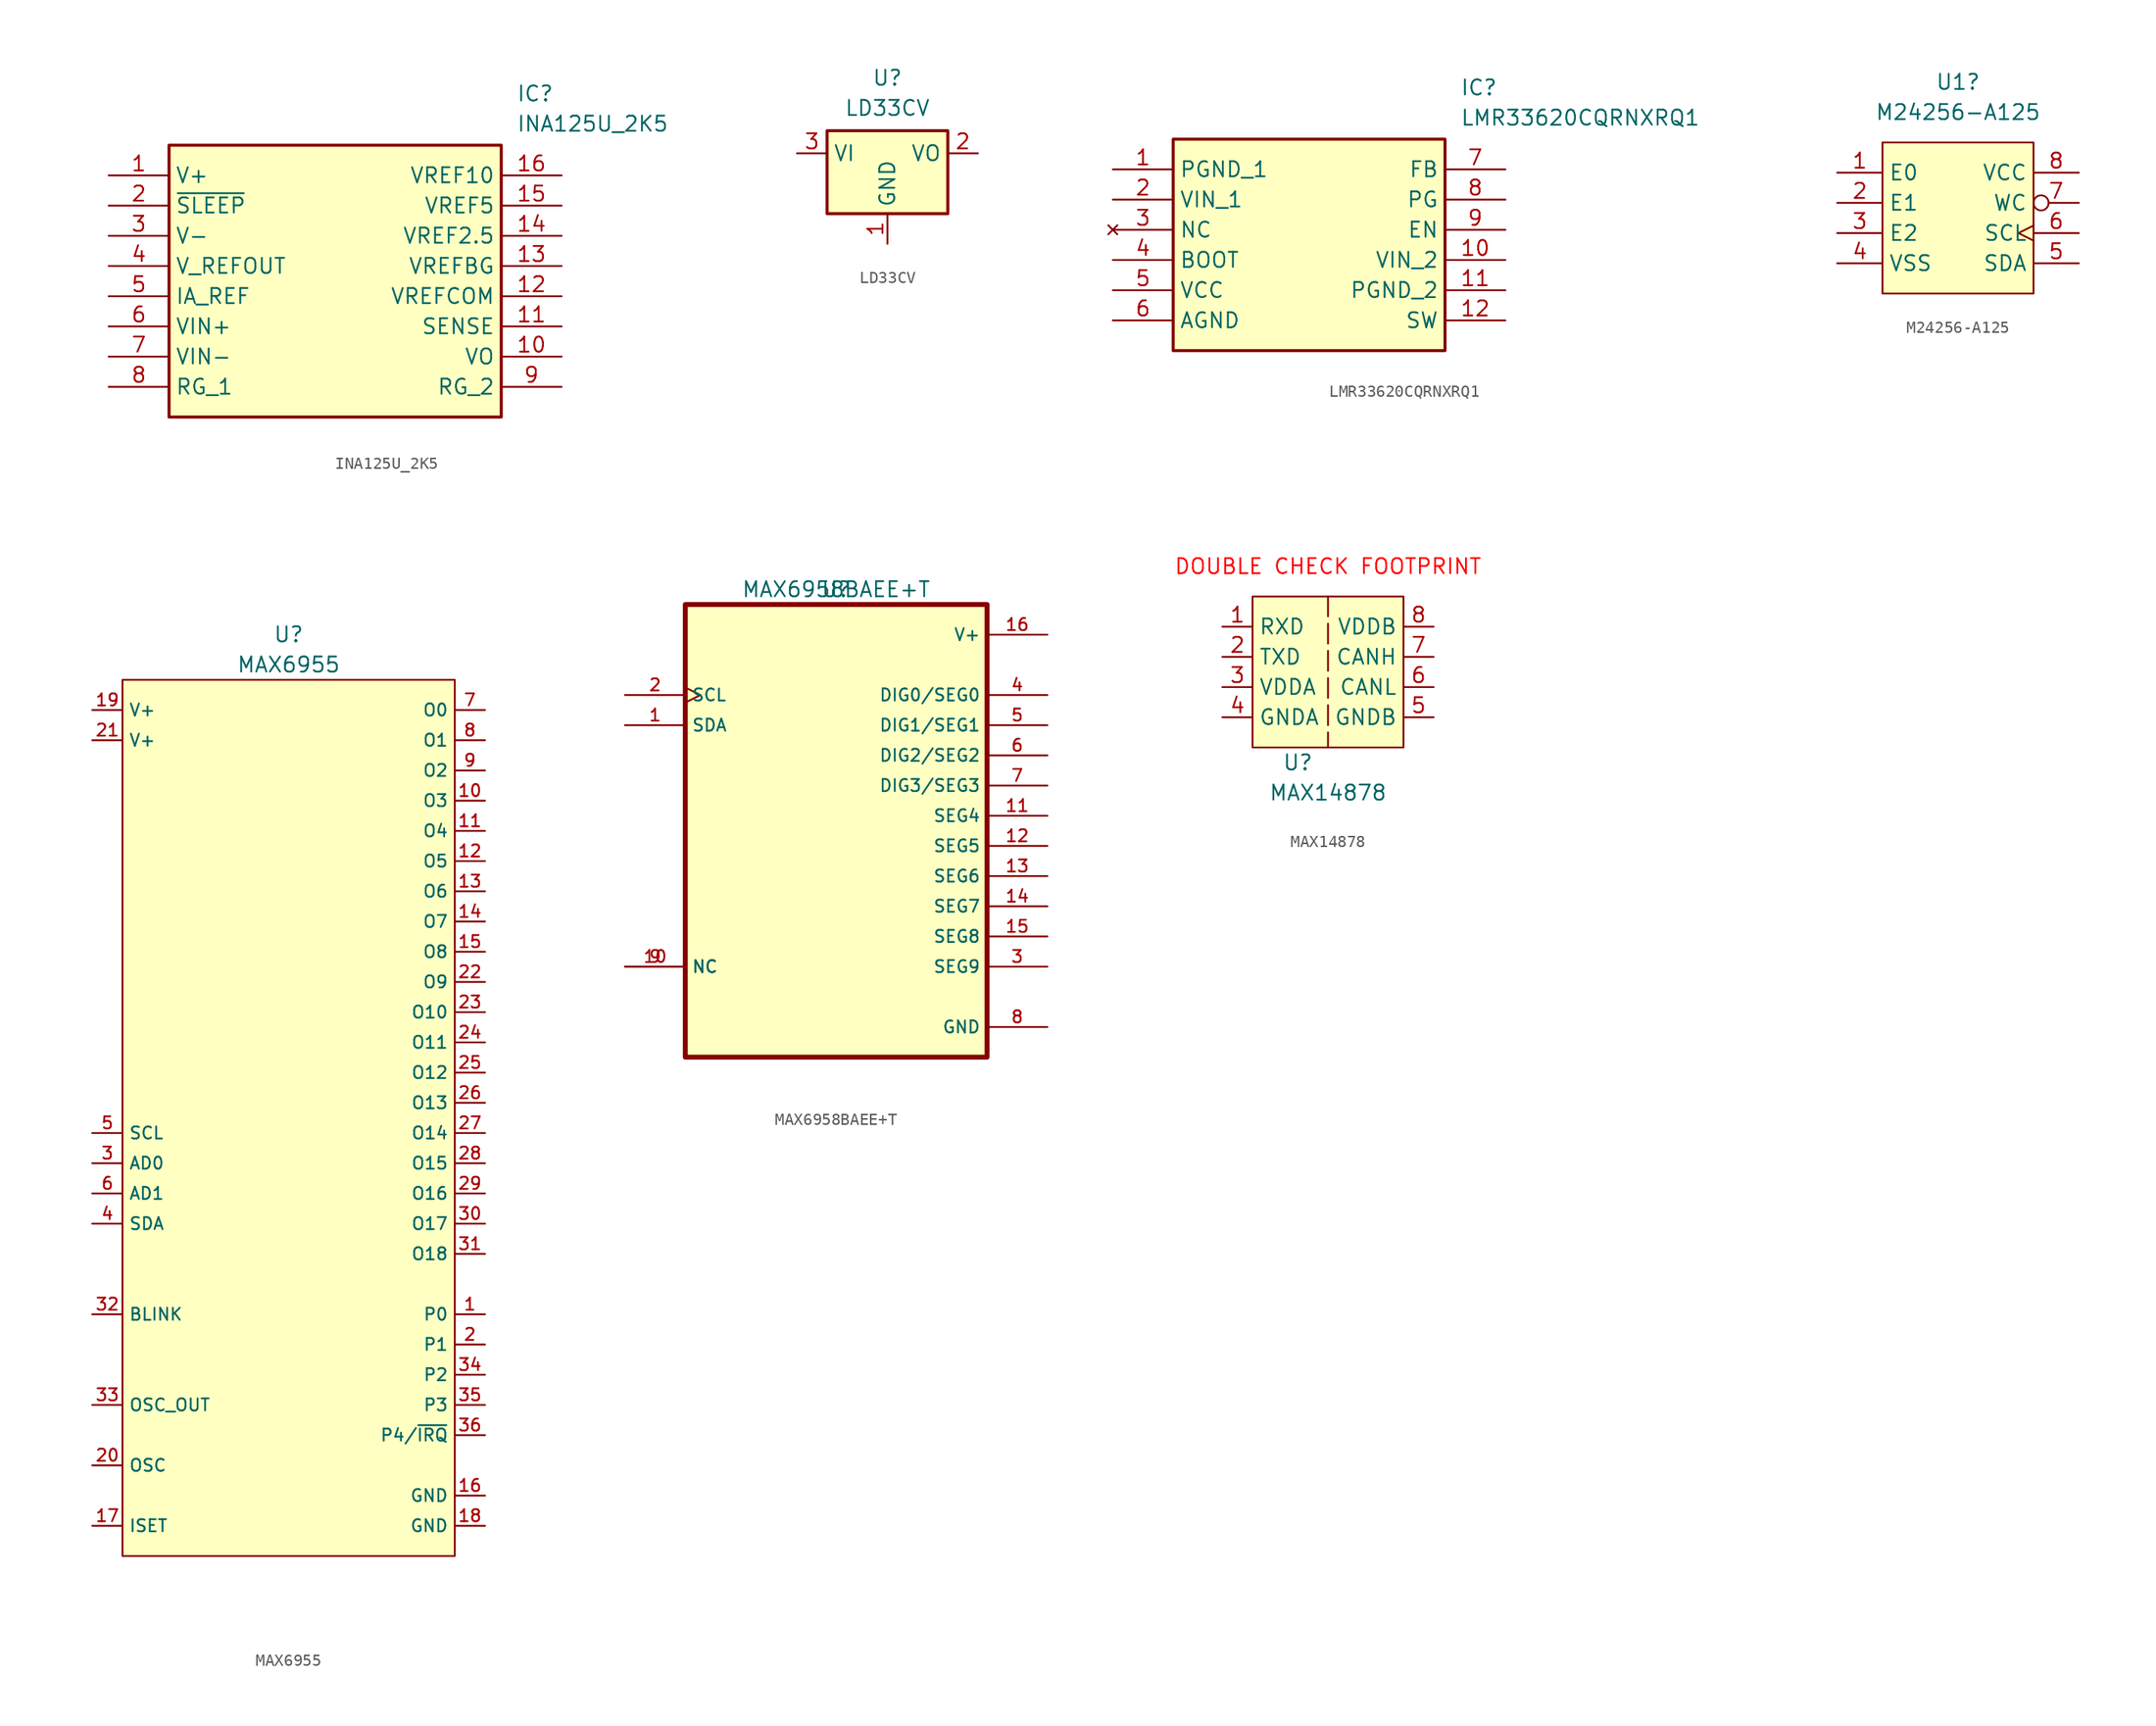
<source format=kicad_sym>
(kicad_symbol_lib
  (version 20231120)
  (generator "kicad_symbol_editor")
  (generator_version "8.0")
  (symbol "INA125U_2K5"
    (property "Reference" "IC"
      (at 34.29 7.62 0)
      (effects (font (size 1.27 1.27)) (justify left top)))
    (property "Value" "INA125U_2K5"
      (at 34.29 5.08 0)
      (effects (font (size 1.27 1.27)) (justify left top)))
    (symbol "INA125U_2K5_1_1"
      (rectangle (start 5.08 2.54) (end 33.02 -20.32) (stroke (width 0.254) (type default)) (fill (type background)))
      (pin passive line (at 0 0 0) (length 5.08) (name "V+" (effects (font (size 1.27 1.27)))) (number "1" (effects (font (size 1.27 1.27)))))
      (pin passive line (at 38.1 -15.24 180) (length 5.08) (name "VO" (effects (font (size 1.27 1.27)))) (number "10" (effects (font (size 1.27 1.27)))))
      (pin passive line (at 38.1 -12.7 180) (length 5.08) (name "SENSE" (effects (font (size 1.27 1.27)))) (number "11" (effects (font (size 1.27 1.27)))))
      (pin passive line (at 38.1 -10.16 180) (length 5.08) (name "VREFCOM" (effects (font (size 1.27 1.27)))) (number "12" (effects (font (size 1.27 1.27)))))
      (pin passive line (at 38.1 -7.62 180) (length 5.08) (name "VREFBG" (effects (font (size 1.27 1.27)))) (number "13" (effects (font (size 1.27 1.27)))))
      (pin passive line (at 38.1 -5.08 180) (length 5.08) (name "VREF2.5" (effects (font (size 1.27 1.27)))) (number "14" (effects (font (size 1.27 1.27)))))
      (pin passive line (at 38.1 -2.54 180) (length 5.08) (name "VREF5" (effects (font (size 1.27 1.27)))) (number "15" (effects (font (size 1.27 1.27)))))
      (pin passive line (at 38.1 0 180) (length 5.08) (name "VREF10" (effects (font (size 1.27 1.27)))) (number "16" (effects (font (size 1.27 1.27)))))
      (pin passive line (at 0 -2.54 0) (length 5.08) (name "~{SLEEP}" (effects (font (size 1.27 1.27)))) (number "2" (effects (font (size 1.27 1.27)))))
      (pin passive line (at 0 -5.08 0) (length 5.08) (name "V-" (effects (font (size 1.27 1.27)))) (number "3" (effects (font (size 1.27 1.27)))))
      (pin passive line (at 0 -7.62 0) (length 5.08) (name "V_REFOUT" (effects (font (size 1.27 1.27)))) (number "4" (effects (font (size 1.27 1.27)))))
      (pin passive line (at 0 -10.16 0) (length 5.08) (name "IA_REF" (effects (font (size 1.27 1.27)))) (number "5" (effects (font (size 1.27 1.27)))))
      (pin passive line (at 0 -12.7 0) (length 5.08) (name "VIN+" (effects (font (size 1.27 1.27)))) (number "6" (effects (font (size 1.27 1.27)))))
      (pin passive line (at 0 -15.24 0) (length 5.08) (name "VIN-" (effects (font (size 1.27 1.27)))) (number "7" (effects (font (size 1.27 1.27)))))
      (pin passive line (at 0 -17.78 0) (length 5.08) (name "RG_1" (effects (font (size 1.27 1.27)))) (number "8" (effects (font (size 1.27 1.27)))))
      (pin passive line (at 38.1 -17.78 180) (length 5.08) (name "RG_2" (effects (font (size 1.27 1.27)))) (number "9" (effects (font (size 1.27 1.27)))))))
  (symbol "LD33CV"
    (property "Reference" "U"
      (at 0 2.54 0)
      (effects (font (size 1.27 1.27))))
    (property "Value" "LD33CV"
      (at 0 0 0)
      (effects (font (size 1.27 1.27))))
    (symbol "LD33CV_0_1"
      (rectangle (start -5.08 -1.905) (end 5.08 -8.89) (stroke (width 0.254) (type default)) (fill (type background))))
    (symbol "LD33CV_1_1"
      (pin power_in line (at 0 -11.43 90) (length 2.54) (name "GND" (effects (font (size 1.27 1.27)))) (number "1" (effects (font (size 1.27 1.27)))))
      (pin power_out line (at 7.62 -3.81 180) (length 2.54) (name "VO" (effects (font (size 1.27 1.27)))) (number "2" (effects (font (size 1.27 1.27)))))
      (pin power_in line (at -7.62 -3.81 0) (length 2.54) (name "VI" (effects (font (size 1.27 1.27)))) (number "3" (effects (font (size 1.27 1.27)))))))
  (symbol "LMR33620CQRNXRQ1"
    (property "Reference" "IC"
      (at 29.21 7.62 0)
      (effects (font (size 1.27 1.27)) (justify left top)))
    (property "Value" "LMR33620CQRNXRQ1"
      (at 29.21 5.08 0)
      (effects (font (size 1.27 1.27)) (justify left top)))
    (symbol "LMR33620CQRNXRQ1_1_1"
      (rectangle (start 5.08 2.54) (end 27.94 -15.24) (stroke (width 0.254) (type default)) (fill (type background)))
      (pin passive line (at 0 0 0) (length 5.08) (name "PGND_1" (effects (font (size 1.27 1.27)))) (number "1" (effects (font (size 1.27 1.27)))))
      (pin passive line (at 33.02 -7.62 180) (length 5.08) (name "VIN_2" (effects (font (size 1.27 1.27)))) (number "10" (effects (font (size 1.27 1.27)))))
      (pin passive line (at 33.02 -10.16 180) (length 5.08) (name "PGND_2" (effects (font (size 1.27 1.27)))) (number "11" (effects (font (size 1.27 1.27)))))
      (pin passive line (at 33.02 -12.7 180) (length 5.08) (name "SW" (effects (font (size 1.27 1.27)))) (number "12" (effects (font (size 1.27 1.27)))))
      (pin passive line (at 0 -2.54 0) (length 5.08) (name "VIN_1" (effects (font (size 1.27 1.27)))) (number "2" (effects (font (size 1.27 1.27)))))
      (pin no_connect line (at 0 -5.08 0) (length 5.08) (name "NC" (effects (font (size 1.27 1.27)))) (number "3" (effects (font (size 1.27 1.27)))))
      (pin passive line (at 0 -7.62 0) (length 5.08) (name "BOOT" (effects (font (size 1.27 1.27)))) (number "4" (effects (font (size 1.27 1.27)))))
      (pin passive line (at 0 -10.16 0) (length 5.08) (name "VCC" (effects (font (size 1.27 1.27)))) (number "5" (effects (font (size 1.27 1.27)))))
      (pin passive line (at 0 -12.7 0) (length 5.08) (name "AGND" (effects (font (size 1.27 1.27)))) (number "6" (effects (font (size 1.27 1.27)))))
      (pin passive line (at 33.02 0 180) (length 5.08) (name "FB" (effects (font (size 1.27 1.27)))) (number "7" (effects (font (size 1.27 1.27)))))
      (pin passive line (at 33.02 -2.54 180) (length 5.08) (name "PG" (effects (font (size 1.27 1.27)))) (number "8" (effects (font (size 1.27 1.27)))))
      (pin passive line (at 33.02 -5.08 180) (length 5.08) (name "EN" (effects (font (size 1.27 1.27)))) (number "9" (effects (font (size 1.27 1.27)))))))
  (symbol "M24256-A125"
    (property "Reference" "U1"
      (at 0 10.16 0)
      (effects (font (size 1.27 1.27))))
    (property "Value" "M24256-A125"
      (at 0 7.62 0)
      (effects (font (size 1.27 1.27))))
    (symbol "M24256-A125_0_1"
      (rectangle (start -6.35 5.08) (end 6.35 -7.62) (stroke (width 0) (type default)) (fill (type background))))
    (symbol "M24256-A125_1_1"
      (pin input line (at -10.16 2.54 0) (length 3.81) (name "E0" (effects (font (size 1.27 1.27)))) (number "1" (effects (font (size 1.27 1.27)))))
      (pin input line (at -10.16 0 0) (length 3.81) (name "E1" (effects (font (size 1.27 1.27)))) (number "2" (effects (font (size 1.27 1.27)))))
      (pin input line (at -10.16 -2.54 0) (length 3.81) (name "E2" (effects (font (size 1.27 1.27)))) (number "3" (effects (font (size 1.27 1.27)))))
      (pin power_in line (at -10.16 -5.08 0) (length 3.81) (name "VSS" (effects (font (size 1.27 1.27)))) (number "4" (effects (font (size 1.27 1.27)))))
      (pin bidirectional line (at 10.16 -5.08 180) (length 3.81) (name "SDA" (effects (font (size 1.27 1.27)))) (number "5" (effects (font (size 1.27 1.27)))))
      (pin input clock (at 10.16 -2.54 180) (length 3.81) (name "SCL" (effects (font (size 1.27 1.27)))) (number "6" (effects (font (size 1.27 1.27)))))
      (pin input inverted (at 10.16 0 180) (length 3.81) (name "WC" (effects (font (size 1.27 1.27)))) (number "7" (effects (font (size 1.27 1.27)))))
      (pin power_in line (at 10.16 2.54 180) (length 3.81) (name "VCC" (effects (font (size 1.27 1.27)))) (number "8" (effects (font (size 1.27 1.27)))))))
  (symbol "MAX6955"
    (property "Reference" "U"
      (at 2.54 53.34 0)
      (effects (font (size 1.27 1.27))))
    (property "Value" "MAX6955"
      (at 2.54 50.8 0)
      (effects (font (size 1.27 1.27))))
    (symbol "MAX6955_1_1"
      (rectangle (start -11.43 49.53) (end 16.51 -24.13) (stroke (width 0) (type default)) (fill (type background)))
      (pin bidirectional line (at 19.05 -3.81 180) (length 2.54) (name "P0" (effects (font (size 1.016 1.016)))) (number "1" (effects (font (size 1.016 1.016)))))
      (pin output line (at 19.05 39.37 180) (length 2.54) (name "O3" (effects (font (size 1.016 1.016)))) (number "10" (effects (font (size 1.016 1.016)))))
      (pin output line (at 19.05 36.83 180) (length 2.54) (name "O4" (effects (font (size 1.016 1.016)))) (number "11" (effects (font (size 1.016 1.016)))))
      (pin output line (at 19.05 34.29 180) (length 2.54) (name "O5" (effects (font (size 1.016 1.016)))) (number "12" (effects (font (size 1.016 1.016)))))
      (pin output line (at 19.05 31.75 180) (length 2.54) (name "O6" (effects (font (size 1.016 1.016)))) (number "13" (effects (font (size 1.016 1.016)))))
      (pin output line (at 19.05 29.21 180) (length 2.54) (name "O7" (effects (font (size 1.016 1.016)))) (number "14" (effects (font (size 1.016 1.016)))))
      (pin output line (at 19.05 26.67 180) (length 2.54) (name "O8" (effects (font (size 1.016 1.016)))) (number "15" (effects (font (size 1.016 1.016)))))
      (pin power_in line (at 19.05 -19.05 180) (length 2.54) (name "GND" (effects (font (size 1.016 1.016)))) (number "16" (effects (font (size 1.016 1.016)))))
      (pin unspecified line (at -13.97 -21.59 0) (length 2.54) (name "ISET" (effects (font (size 1.016 1.016)))) (number "17" (effects (font (size 1.016 1.016)))))
      (pin power_in line (at 19.05 -21.59 180) (length 2.54) (name "GND" (effects (font (size 1.016 1.016)))) (number "18" (effects (font (size 1.016 1.016)))))
      (pin power_in line (at -13.97 46.99 0) (length 2.54) (name "V+" (effects (font (size 1.016 1.016)))) (number "19" (effects (font (size 1.016 1.016)))))
      (pin bidirectional line (at 19.05 -6.35 180) (length 2.54) (name "P1" (effects (font (size 1.016 1.016)))) (number "2" (effects (font (size 1.016 1.016)))))
      (pin unspecified line (at -13.97 -16.51 0) (length 2.54) (name "OSC" (effects (font (size 1.016 1.016)))) (number "20" (effects (font (size 1.016 1.016)))))
      (pin power_in line (at -13.97 44.45 0) (length 2.54) (name "V+" (effects (font (size 1.016 1.016)))) (number "21" (effects (font (size 1.016 1.016)))))
      (pin output line (at 19.05 24.13 180) (length 2.54) (name "O9" (effects (font (size 1.016 1.016)))) (number "22" (effects (font (size 1.016 1.016)))))
      (pin output line (at 19.05 21.59 180) (length 2.54) (name "O10" (effects (font (size 1.016 1.016)))) (number "23" (effects (font (size 1.016 1.016)))))
      (pin output line (at 19.05 19.05 180) (length 2.54) (name "O11" (effects (font (size 1.016 1.016)))) (number "24" (effects (font (size 1.016 1.016)))))
      (pin output line (at 19.05 16.51 180) (length 2.54) (name "O12" (effects (font (size 1.016 1.016)))) (number "25" (effects (font (size 1.016 1.016)))))
      (pin output line (at 19.05 13.97 180) (length 2.54) (name "O13" (effects (font (size 1.016 1.016)))) (number "26" (effects (font (size 1.016 1.016)))))
      (pin output line (at 19.05 11.43 180) (length 2.54) (name "O14" (effects (font (size 1.016 1.016)))) (number "27" (effects (font (size 1.016 1.016)))))
      (pin output line (at 19.05 8.89 180) (length 2.54) (name "O15" (effects (font (size 1.016 1.016)))) (number "28" (effects (font (size 1.016 1.016)))))
      (pin output line (at 19.05 6.35 180) (length 2.54) (name "O16" (effects (font (size 1.016 1.016)))) (number "29" (effects (font (size 1.016 1.016)))))
      (pin input line (at -13.97 8.89 0) (length 2.54) (name "AD0" (effects (font (size 1.016 1.016)))) (number "3" (effects (font (size 1.016 1.016)))))
      (pin output line (at 19.05 3.81 180) (length 2.54) (name "O17" (effects (font (size 1.016 1.016)))) (number "30" (effects (font (size 1.016 1.016)))))
      (pin output line (at 19.05 1.27 180) (length 2.54) (name "O18" (effects (font (size 1.016 1.016)))) (number "31" (effects (font (size 1.016 1.016)))))
      (pin output line (at -13.97 -3.81 0) (length 2.54) (name "BLINK" (effects (font (size 1.016 1.016)))) (number "32" (effects (font (size 1.016 1.016)))))
      (pin output line (at -13.97 -11.43 0) (length 2.54) (name "OSC_OUT" (effects (font (size 1.016 1.016)))) (number "33" (effects (font (size 1.016 1.016)))))
      (pin bidirectional line (at 19.05 -8.89 180) (length 2.54) (name "P2" (effects (font (size 1.016 1.016)))) (number "34" (effects (font (size 1.016 1.016)))))
      (pin bidirectional line (at 19.05 -11.43 180) (length 2.54) (name "P3" (effects (font (size 1.016 1.016)))) (number "35" (effects (font (size 1.016 1.016)))))
      (pin bidirectional line (at 19.05 -13.97 180) (length 2.54) (name "P4/~{IRQ}" (effects (font (size 1.016 1.016)))) (number "36" (effects (font (size 1.016 1.016)))))
      (pin bidirectional line (at -13.97 3.81 0) (length 2.54) (name "SDA" (effects (font (size 1.016 1.016)))) (number "4" (effects (font (size 1.016 1.016)))))
      (pin input line (at -13.97 11.43 0) (length 2.54) (name "SCL" (effects (font (size 1.016 1.016)))) (number "5" (effects (font (size 1.016 1.016)))))
      (pin input line (at -13.97 6.35 0) (length 2.54) (name "AD1" (effects (font (size 1.016 1.016)))) (number "6" (effects (font (size 1.016 1.016)))))
      (pin output line (at 19.05 46.99 180) (length 2.54) (name "O0" (effects (font (size 1.016 1.016)))) (number "7" (effects (font (size 1.016 1.016)))))
      (pin output line (at 19.05 44.45 180) (length 2.54) (name "O1" (effects (font (size 1.016 1.016)))) (number "8" (effects (font (size 1.016 1.016)))))
      (pin output line (at 19.05 41.91 180) (length 2.54) (name "O2" (effects (font (size 1.016 1.016)))) (number "9" (effects (font (size 1.016 1.016)))))))
  (symbol "MAX6958BAEE+T"
    (property "Reference" "U"
      (at 0 0 0)
      (effects (font (size 1.27 1.27))))
    (property "Value" "MAX6958BAEE+T"
      (at 0 0 0)
      (effects (font (size 1.27 1.27))))
    (symbol "MAX6958BAEE+T_0_0"
      (rectangle (start -12.7 -39.37) (end 12.7 -1.27) (stroke (width 0.41) (type default)) (fill (type background)))
      (pin bidirectional line (at -17.78 -11.43 0) (length 5.08) (name "SDA" (effects (font (size 1.016 1.016)))) (number "1" (effects (font (size 1.016 1.016)))))
      (pin passive line (at -17.78 -31.75 0) (length 5.08) (name "NC" (effects (font (size 1.016 1.016)))) (number "10" (effects (font (size 1.016 1.016)))))
      (pin output line (at 17.78 -19.05 180) (length 5.08) (name "SEG4" (effects (font (size 1.016 1.016)))) (number "11" (effects (font (size 1.016 1.016)))))
      (pin output line (at 17.78 -21.59 180) (length 5.08) (name "SEG5" (effects (font (size 1.016 1.016)))) (number "12" (effects (font (size 1.016 1.016)))))
      (pin output line (at 17.78 -24.13 180) (length 5.08) (name "SEG6" (effects (font (size 1.016 1.016)))) (number "13" (effects (font (size 1.016 1.016)))))
      (pin output line (at 17.78 -26.67 180) (length 5.08) (name "SEG7" (effects (font (size 1.016 1.016)))) (number "14" (effects (font (size 1.016 1.016)))))
      (pin output line (at 17.78 -29.21 180) (length 5.08) (name "SEG8" (effects (font (size 1.016 1.016)))) (number "15" (effects (font (size 1.016 1.016)))))
      (pin power_in line (at 17.78 -3.81 180) (length 5.08) (name "V+" (effects (font (size 1.016 1.016)))) (number "16" (effects (font (size 1.016 1.016)))))
      (pin input clock (at -17.78 -8.89 0) (length 5.08) (name "SCL" (effects (font (size 1.016 1.016)))) (number "2" (effects (font (size 1.016 1.016)))))
      (pin output line (at 17.78 -31.75 180) (length 5.08) (name "SEG9" (effects (font (size 1.016 1.016)))) (number "3" (effects (font (size 1.016 1.016)))))
      (pin output line (at 17.78 -8.89 180) (length 5.08) (name "DIG0/SEG0" (effects (font (size 1.016 1.016)))) (number "4" (effects (font (size 1.016 1.016)))))
      (pin output line (at 17.78 -11.43 180) (length 5.08) (name "DIG1/SEG1" (effects (font (size 1.016 1.016)))) (number "5" (effects (font (size 1.016 1.016)))))
      (pin output line (at 17.78 -13.97 180) (length 5.08) (name "DIG2/SEG2" (effects (font (size 1.016 1.016)))) (number "6" (effects (font (size 1.016 1.016)))))
      (pin output line (at 17.78 -16.51 180) (length 5.08) (name "DIG3/SEG3" (effects (font (size 1.016 1.016)))) (number "7" (effects (font (size 1.016 1.016)))))
      (pin power_in line (at 17.78 -36.83 180) (length 5.08) (name "GND" (effects (font (size 1.016 1.016)))) (number "8" (effects (font (size 1.016 1.016)))))
      (pin passive line (at -17.78 -31.75 0) (length 5.08) (name "NC" (effects (font (size 1.016 1.016)))) (number "9" (effects (font (size 1.016 1.016)))))))
  (symbol "MAX14878"
    (property "Reference" "U"
      (at -2.54 -7.62 0)
      (effects (font (size 1.27 1.27))))
    (property "Value" "MAX14878"
      (at 0 -10.16 0)
      (effects (font (size 1.27 1.27))))
    (symbol "MAX14878_1_1"
      (rectangle (start -6.35 6.35) (end 6.35 -6.35) (stroke (width 0) (type default)) (fill (type background)))
      (polyline (pts (xy 0 6.35) (xy 0 -6.35)) (stroke (width 0) (type dash)) (fill (type none)))
      (text "DOUBLE CHECK FOOTPRINT" (at 0 8.89 0) (effects (font (size 1.27 1.27) (color 255 0 0 1))))
      (pin input line (at -8.89 3.81 0) (length 2.54) (name "RXD" (effects (font (size 1.27 1.27)))) (number "1" (effects (font (size 1.27 1.27)))))
      (pin output line (at -8.89 1.27 0) (length 2.54) (name "TXD" (effects (font (size 1.27 1.27)))) (number "2" (effects (font (size 1.27 1.27)))))
      (pin power_in line (at -8.89 -1.27 0) (length 2.54) (name "VDDA" (effects (font (size 1.27 1.27)))) (number "3" (effects (font (size 1.27 1.27)))))
      (pin power_in line (at -8.89 -3.81 0) (length 2.54) (name "GNDA" (effects (font (size 1.27 1.27)))) (number "4" (effects (font (size 1.27 1.27)))))
      (pin power_in line (at 8.89 -3.81 180) (length 2.54) (name "GNDB" (effects (font (size 1.27 1.27)))) (number "5" (effects (font (size 1.27 1.27)))))
      (pin passive line (at 8.89 -1.27 180) (length 2.54) (name "CANL" (effects (font (size 1.27 1.27)))) (number "6" (effects (font (size 1.27 1.27)))))
      (pin passive line (at 8.89 1.27 180) (length 2.54) (name "CANH" (effects (font (size 1.27 1.27)))) (number "7" (effects (font (size 1.27 1.27)))))
      (pin power_in line (at 8.89 3.81 180) (length 2.54) (name "VDDB" (effects (font (size 1.27 1.27)))) (number "8" (effects (font (size 1.27 1.27))))))))
</source>
